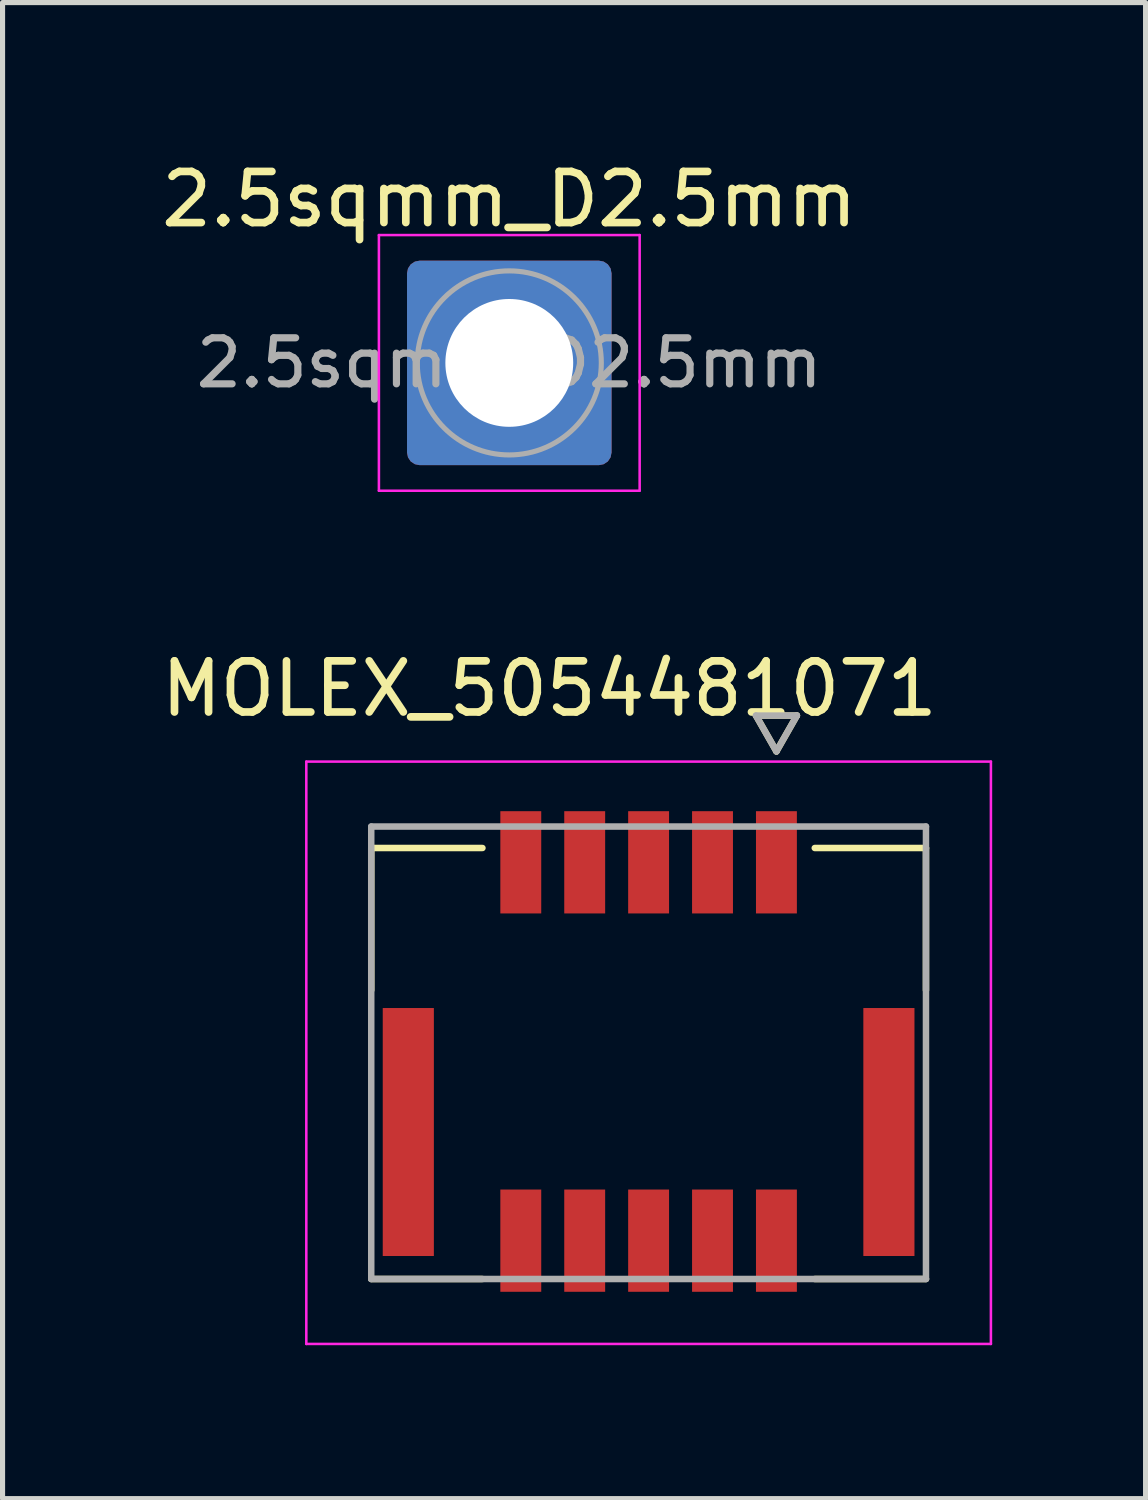
<source format=kicad_pcb>
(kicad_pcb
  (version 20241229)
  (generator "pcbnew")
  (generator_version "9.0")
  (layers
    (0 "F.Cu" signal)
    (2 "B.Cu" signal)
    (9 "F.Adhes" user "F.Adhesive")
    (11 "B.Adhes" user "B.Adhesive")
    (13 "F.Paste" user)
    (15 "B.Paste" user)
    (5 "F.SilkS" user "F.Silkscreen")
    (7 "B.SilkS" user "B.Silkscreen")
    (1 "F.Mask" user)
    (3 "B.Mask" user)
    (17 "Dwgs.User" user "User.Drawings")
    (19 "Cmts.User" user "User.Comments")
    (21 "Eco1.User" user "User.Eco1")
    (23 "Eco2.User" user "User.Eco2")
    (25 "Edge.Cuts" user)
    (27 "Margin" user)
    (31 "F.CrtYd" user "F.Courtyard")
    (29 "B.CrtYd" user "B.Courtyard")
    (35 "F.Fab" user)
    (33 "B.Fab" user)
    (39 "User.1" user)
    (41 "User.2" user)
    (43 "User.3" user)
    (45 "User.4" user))
  (footprint "MOLEX_5054481071"
    (layer "F.Cu")
    (at 9.636 17.541)
    (property "Reference" "MOLEX_5054481071" (at -1.94 -7.12 0) (layer "F.SilkS") (effects (font (size 1 1) (thickness 0.15))))
    (attr smd)
    (fp_poly (pts (xy -5.276 -0.951) (xy -4.124 -0.951) (xy -4.124 4.051) (xy -5.276 4.051)) (stroke (width 0.01) (type solid)) (fill yes) (layer "F.Mask"))
    (fp_poly (pts (xy -2.976 -4.801) (xy -2.024 -4.801) (xy -2.024 -2.649) (xy -2.976 -2.649)) (stroke (width 0.01) (type solid)) (fill yes) (layer "F.Mask"))
    (fp_poly (pts (xy -2.976 2.599) (xy -2.024 2.599) (xy -2.024 4.751) (xy -2.976 4.751)) (stroke (width 0.01) (type solid)) (fill yes) (layer "F.Mask"))
    (fp_poly (pts (xy -1.726 -4.801) (xy -0.774 -4.801) (xy -0.774 -2.649) (xy -1.726 -2.649)) (stroke (width 0.01) (type solid)) (fill yes) (layer "F.Mask"))
    (fp_poly (pts (xy -1.726 2.599) (xy -0.774 2.599) (xy -0.774 4.751) (xy -1.726 4.751)) (stroke (width 0.01) (type solid)) (fill yes) (layer "F.Mask"))
    (fp_poly (pts (xy -0.476 -4.801) (xy 0.476 -4.801) (xy 0.476 -2.649) (xy -0.476 -2.649)) (stroke (width 0.01) (type solid)) (fill yes) (layer "F.Mask"))
    (fp_poly (pts (xy -0.476 2.599) (xy 0.476 2.599) (xy 0.476 4.751) (xy -0.476 4.751)) (stroke (width 0.01) (type solid)) (fill yes) (layer "F.Mask"))
    (fp_poly (pts (xy 0.774 -4.801) (xy 1.726 -4.801) (xy 1.726 -2.649) (xy 0.774 -2.649)) (stroke (width 0.01) (type solid)) (fill yes) (layer "F.Mask"))
    (fp_poly (pts (xy 0.774 2.599) (xy 1.726 2.599) (xy 1.726 4.751) (xy 0.774 4.751)) (stroke (width 0.01) (type solid)) (fill yes) (layer "F.Mask"))
    (fp_poly (pts (xy 2.024 -4.801) (xy 2.976 -4.801) (xy 2.976 -2.649) (xy 2.024 -2.649)) (stroke (width 0.01) (type solid)) (fill yes) (layer "F.Mask"))
    (fp_poly (pts (xy 2.024 2.599) (xy 2.976 2.599) (xy 2.976 4.751) (xy 2.024 4.751)) (stroke (width 0.01) (type solid)) (fill yes) (layer "F.Mask"))
    (fp_poly (pts (xy 4.124 -0.951) (xy 5.276 -0.951) (xy 5.276 4.051) (xy 4.124 4.051)) (stroke (width 0.01) (type solid)) (fill yes) (layer "F.Mask"))
    (fp_line (start -5.425 -1.225) (end -5.425 -4.005) (stroke (width 0.127) (type solid)) (layer "F.SilkS"))
    (fp_line (start -3.25 -4.005) (end -5.425 -4.005) (stroke (width 0.127) (type solid)) (layer "F.SilkS"))
    (fp_line (start -3.25 4.425) (end -5.425 4.425) (stroke (width 0.127) (type solid)) (layer "F.SilkS"))
    (fp_line (start 2.1 -6.595) (end 2.5 -5.895) (stroke (width 0.127) (type solid)) (layer "F.SilkS"))
    (fp_line (start 2.5 -5.895) (end 2.9 -6.595) (stroke (width 0.127) (type solid)) (layer "F.SilkS"))
    (fp_line (start 2.9 -6.595) (end 2.1 -6.595) (stroke (width 0.127) (type solid)) (layer "F.SilkS"))
    (fp_line (start 5.425 -4.005) (end 3.25 -4.005) (stroke (width 0.127) (type solid)) (layer "F.SilkS"))
    (fp_line (start 5.425 -4.005) (end 5.425 -1.225) (stroke (width 0.127) (type solid)) (layer "F.SilkS"))
    (fp_line (start 5.425 4.425) (end 3.25 4.425) (stroke (width 0.127) (type solid)) (layer "F.SilkS"))
    (fp_line (start -6.695 -5.695) (end 6.695 -5.695) (stroke (width 0.05) (type solid)) (layer "F.CrtYd"))
    (fp_line (start -6.695 5.695) (end -6.695 -5.695) (stroke (width 0.05) (type solid)) (layer "F.CrtYd"))
    (fp_line (start -6.695 5.695) (end 6.695 5.695) (stroke (width 0.05) (type solid)) (layer "F.CrtYd"))
    (fp_line (start 6.695 -5.695) (end 6.695 5.695) (stroke (width 0.05) (type solid)) (layer "F.CrtYd"))
    (fp_line (start -5.425 -4.425) (end 5.425 -4.425) (stroke (width 0.127) (type solid)) (layer "F.Fab"))
    (fp_line (start -5.425 4.425) (end -5.425 -4.425) (stroke (width 0.127) (type solid)) (layer "F.Fab"))
    (fp_line (start 2.1 -6.595) (end 2.5 -5.895) (stroke (width 0.127) (type solid)) (layer "F.Fab"))
    (fp_line (start 2.5 -5.895) (end 2.9 -6.595) (stroke (width 0.127) (type solid)) (layer "F.Fab"))
    (fp_line (start 2.9 -6.595) (end 2.1 -6.595) (stroke (width 0.127) (type solid)) (layer "F.Fab"))
    (fp_line (start 5.425 -4.425) (end 5.425 4.425) (stroke (width 0.127) (type solid)) (layer "F.Fab"))
    (fp_line (start 5.425 4.425) (end -5.425 4.425) (stroke (width 0.127) (type solid)) (layer "F.Fab"))
    (pad "1" smd rect (at 2.5 -3.725) (size 0.8 2) (layers "F.Cu" "F.Paste"))
    (pad "2" smd rect (at 2.5 3.675) (size 0.8 2) (layers "F.Cu" "F.Paste"))
    (pad "3" smd rect (at 1.25 -3.725) (size 0.8 2) (layers "F.Cu" "F.Paste"))
    (pad "4" smd rect (at 1.25 3.675) (size 0.8 2) (layers "F.Cu" "F.Paste"))
    (pad "5" smd rect (at 0 -3.725) (size 0.8 2) (layers "F.Cu" "F.Paste"))
    (pad "6" smd rect (at 0 3.675) (size 0.8 2) (layers "F.Cu" "F.Paste"))
    (pad "7" smd rect (at -1.25 -3.725) (size 0.8 2) (layers "F.Cu" "F.Paste"))
    (pad "8" smd rect (at -1.25 3.675) (size 0.8 2) (layers "F.Cu" "F.Paste"))
    (pad "9" smd rect (at -2.5 -3.725) (size 0.8 2) (layers "F.Cu" "F.Paste"))
    (pad "10" smd rect (at -2.5 3.675) (size 0.8 2) (layers "F.Cu" "F.Paste"))
    (pad "S1" smd rect (at -4.7 1.55) (size 1 4.85) (layers "F.Cu" "F.Paste"))
    (pad "S2" smd rect (at 4.7 1.55) (size 1 4.85) (layers "F.Cu" "F.Paste"))
    (zone (net_name "") (layer "F.SilkS") (hatch edge 0.5) (connect_pads) (min_thickness 0.25) (filled_areas_thickness no) (keepout (tracks allowed) (vias not_allowed) (pads not_allowed) (copperpour allowed) (footprints allowed)) (placement (enabled no)) (fill) (polygon (pts (xy 5.536 12.742) (xy 3.736 12.742) (xy 3.736 15.041) (xy 5.536 15.041))))
    (zone (net_name "") (layer "F.SilkS") (hatch edge 0.5) (connect_pads) (min_thickness 0.25) (filled_areas_thickness no) (keepout (tracks allowed) (vias not_allowed) (pads not_allowed) (copperpour allowed) (footprints allowed)) (placement (enabled no)) (fill) (polygon (pts (xy 5.536 22.241) (xy 5.536 18.442) (xy 7.136 18.442) (xy 7.136 22.241))))
    (zone (net_name "") (layer "F.SilkS") (hatch edge 0.5) (connect_pads) (min_thickness 0.25) (filled_areas_thickness no) (keepout (tracks allowed) (vias not_allowed) (pads not_allowed) (copperpour allowed) (footprints allowed)) (placement (enabled no)) (fill) (polygon (pts (xy 12.136 22.241) (xy 12.136 18.442) (xy 13.736 18.442) (xy 13.736 22.241))))
    (zone (net_name "") (layer "F.SilkS") (hatch edge 0.5) (connect_pads) (min_thickness 0.25) (filled_areas_thickness no) (keepout (tracks allowed) (vias not_allowed) (pads not_allowed) (copperpour allowed) (footprints allowed)) (placement (enabled no)) (fill) (polygon (pts (xy 15.536 12.742) (xy 13.736 12.742) (xy 13.736 15.041) (xy 15.536 15.041)))))
  (footprint "2.5sqmm_D2.5mm"
    (layer "F.Cu")
    (at 6.911 4.048)
    (property "Reference" "2.5sqmm_D2.5mm" (at 0 -3.2 0) (layer "F.SilkS") (effects (font (size 1 1) (thickness 0.15))))
    (attr exclude_from_pos_files exclude_from_bom)
    (fp_line (start -2.55 -2.5) (end -2.55 2.5) (stroke (width 0.05) (type solid)) (layer "F.CrtYd"))
    (fp_line (start -2.55 2.5) (end 2.55 2.5) (stroke (width 0.05) (type solid)) (layer "F.CrtYd"))
    (fp_line (start 2.55 -2.5) (end -2.55 -2.5) (stroke (width 0.05) (type solid)) (layer "F.CrtYd"))
    (fp_line (start 2.55 2.5) (end 2.55 -2.5) (stroke (width 0.05) (type solid)) (layer "F.CrtYd"))
    (fp_circle (center 0 0) (end 1.8 0) (stroke (width 0.1) (type solid)) (fill no) (layer "F.Fab"))
    (fp_text user "${REFERENCE}" (at 0 0 0) (layer "F.Fab") (effects (font (size 0.9 0.9) (thickness 0.14))))
    (pad "1" thru_hole roundrect (at 0 0) (size 4 4) (drill 2.5) (layers "*.Cu" "*.Mask") (roundrect_rratio 0.062)))
  (gr_rect
    (start -3 -3)
    (end 19.356 26.262)
    (stroke (width 0.1) (type default))
    (fill no)
    (layer "Edge.Cuts")))
</source>
